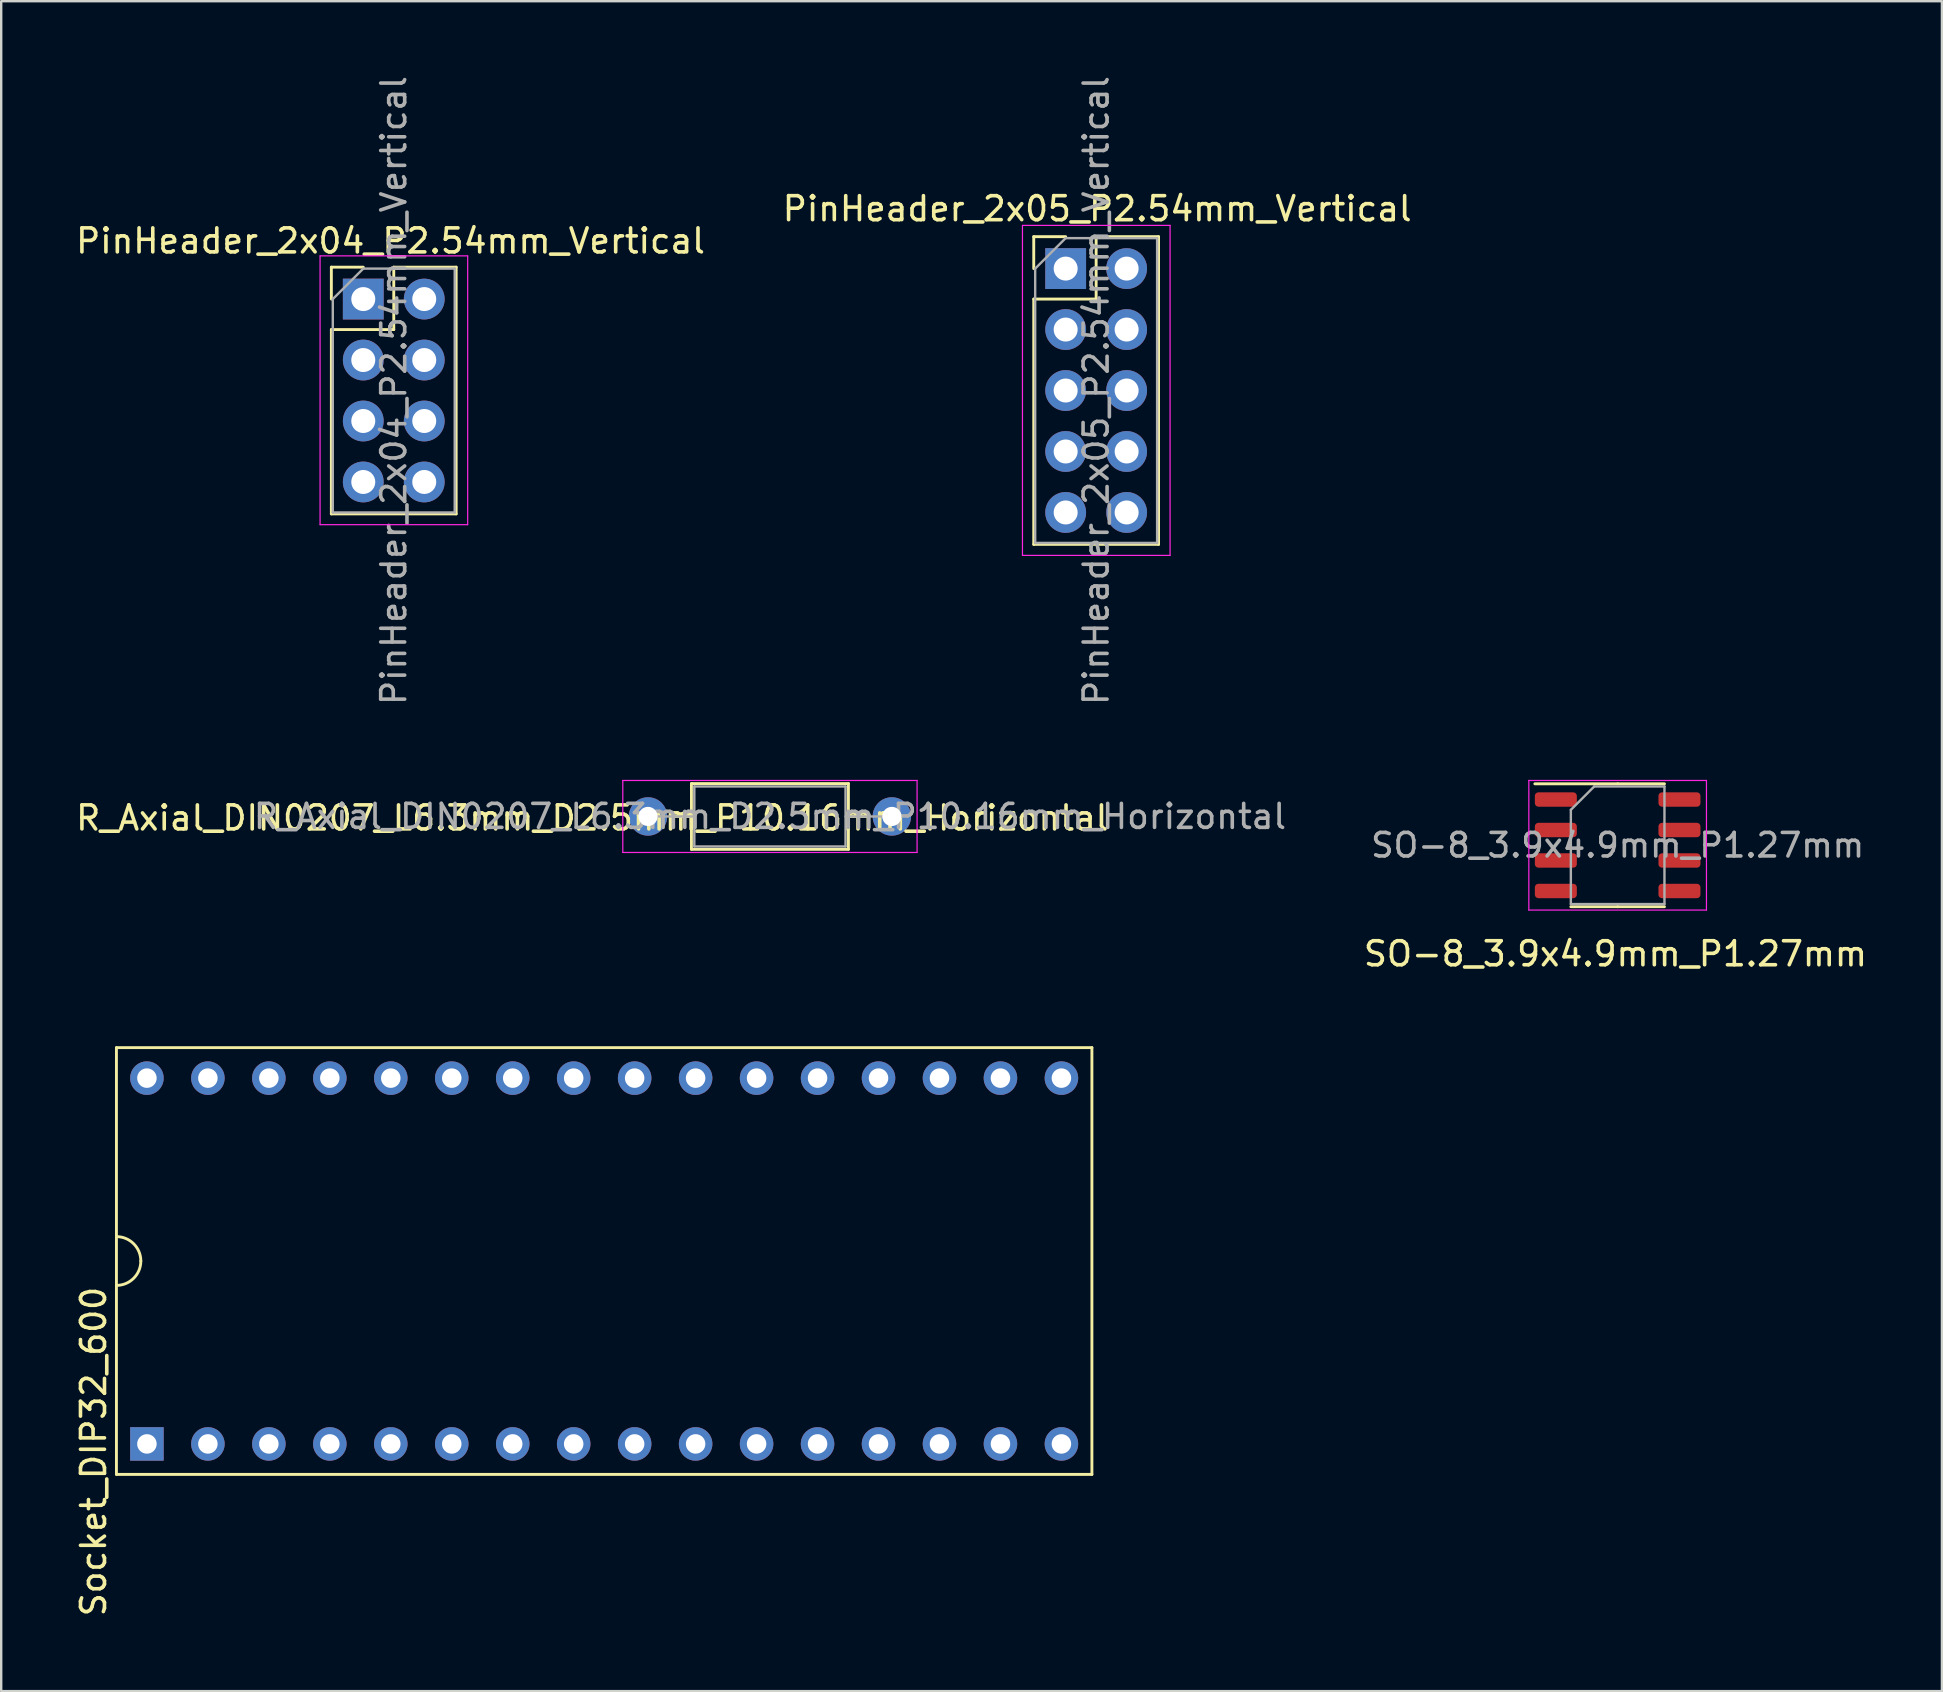
<source format=kicad_pcb>
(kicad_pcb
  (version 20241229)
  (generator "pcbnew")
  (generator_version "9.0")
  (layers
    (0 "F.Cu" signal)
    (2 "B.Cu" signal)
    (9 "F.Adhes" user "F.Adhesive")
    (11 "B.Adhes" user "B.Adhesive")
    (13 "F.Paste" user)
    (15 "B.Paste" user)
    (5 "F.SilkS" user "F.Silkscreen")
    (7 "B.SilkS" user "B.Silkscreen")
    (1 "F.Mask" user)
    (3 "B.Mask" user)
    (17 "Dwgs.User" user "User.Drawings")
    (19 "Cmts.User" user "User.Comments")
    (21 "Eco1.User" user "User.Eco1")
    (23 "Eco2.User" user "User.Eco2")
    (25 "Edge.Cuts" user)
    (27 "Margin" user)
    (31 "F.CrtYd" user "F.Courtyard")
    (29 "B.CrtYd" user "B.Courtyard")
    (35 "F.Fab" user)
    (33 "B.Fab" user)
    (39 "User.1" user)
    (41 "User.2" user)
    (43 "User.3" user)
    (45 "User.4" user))
  (footprint "R_Axial_DIN0207_L6.3mm_D2.5mm_P10.16mm_Horizontal"
    (layer "F.Cu")
    (at 23.947 30.965)
    (property "Reference" "R_Axial_DIN0207_L6.3mm_D2.5mm_P10.16mm_Horizontal" (at -2.322 0.064 0) (layer "F.SilkS") (effects (font (size 1 1) (thickness 0.15))))
    (attr through_hole)
    (fp_line (start 1.04 0) (end 1.81 0) (stroke (width 0.12) (type solid)) (layer "F.SilkS"))
    (fp_line (start 1.81 -1.37) (end 1.81 1.37) (stroke (width 0.12) (type solid)) (layer "F.SilkS"))
    (fp_line (start 1.81 1.37) (end 8.35 1.37) (stroke (width 0.12) (type solid)) (layer "F.SilkS"))
    (fp_line (start 8.35 -1.37) (end 1.81 -1.37) (stroke (width 0.12) (type solid)) (layer "F.SilkS"))
    (fp_line (start 8.35 1.37) (end 8.35 -1.37) (stroke (width 0.12) (type solid)) (layer "F.SilkS"))
    (fp_line (start 9.12 0) (end 8.35 0) (stroke (width 0.12) (type solid)) (layer "F.SilkS"))
    (fp_line (start -1.05 -1.5) (end -1.05 1.5) (stroke (width 0.05) (type solid)) (layer "F.CrtYd"))
    (fp_line (start -1.05 1.5) (end 11.21 1.5) (stroke (width 0.05) (type solid)) (layer "F.CrtYd"))
    (fp_line (start 11.21 -1.5) (end -1.05 -1.5) (stroke (width 0.05) (type solid)) (layer "F.CrtYd"))
    (fp_line (start 11.21 1.5) (end 11.21 -1.5) (stroke (width 0.05) (type solid)) (layer "F.CrtYd"))
    (fp_line (start 0 0) (end 1.93 0) (stroke (width 0.1) (type solid)) (layer "F.Fab"))
    (fp_line (start 1.93 -1.25) (end 1.93 1.25) (stroke (width 0.1) (type solid)) (layer "F.Fab"))
    (fp_line (start 1.93 1.25) (end 8.23 1.25) (stroke (width 0.1) (type solid)) (layer "F.Fab"))
    (fp_line (start 8.23 -1.25) (end 1.93 -1.25) (stroke (width 0.1) (type solid)) (layer "F.Fab"))
    (fp_line (start 8.23 1.25) (end 8.23 -1.25) (stroke (width 0.1) (type solid)) (layer "F.Fab"))
    (fp_line (start 10.16 0) (end 8.23 0) (stroke (width 0.1) (type solid)) (layer "F.Fab"))
    (fp_text user "${REFERENCE}" (at 5.08 0 0) (layer "F.Fab") (effects (font (size 1 1) (thickness 0.15))))
    (pad "1" thru_hole circle (at 0 0) (size 1.6 1.6) (drill 0.8) (layers "*.Cu" "*.Mask"))
    (pad "2" thru_hole oval (at 10.16 0) (size 1.6 1.6) (drill 0.8) (layers "*.Cu" "*.Mask")))
  (footprint "Socket_DIP32_600"
    (layer "F.Cu")
    (at 22.121 49.487)
    (property "Reference" "Socket_DIP32_600" (at -21.273 7.938 270) (layer "F.SilkS") (effects (font (size 1 1) (thickness 0.15))))
    (attr through_hole)
    (fp_line (start -20.32 -8.89) (end 20.32 -8.89) (stroke (width 0.12) (type solid)) (layer "F.SilkS"))
    (fp_line (start -20.32 8.89) (end -20.32 -8.89) (stroke (width 0.12) (type solid)) (layer "F.SilkS"))
    (fp_line (start 20.32 -8.89) (end 20.32 8.89) (stroke (width 0.12) (type solid)) (layer "F.SilkS"))
    (fp_line (start 20.32 8.89) (end -20.32 8.89) (stroke (width 0.12) (type solid)) (layer "F.SilkS"))
    (fp_arc (start -20.32 -1.016) (mid -19.60158 -0.71842) (end -19.304 0) (stroke (width 0.12) (type solid)) (layer "F.SilkS"))
    (fp_arc (start -19.304 0) (mid -19.60158 0.71842) (end -20.32 1.016) (stroke (width 0.12) (type solid)) (layer "F.SilkS"))
    (pad "1" thru_hole rect (at -19.05 7.62) (size 1.397 1.397) (drill 0.813) (layers "*.Cu" "*.Mask"))
    (pad "2" thru_hole circle (at -16.51 7.62) (size 1.397 1.397) (drill 0.813) (layers "*.Cu" "*.Mask"))
    (pad "3" thru_hole circle (at -13.97 7.62) (size 1.397 1.397) (drill 0.813) (layers "*.Cu" "*.Mask"))
    (pad "4" thru_hole circle (at -11.43 7.62) (size 1.397 1.397) (drill 0.813) (layers "*.Cu" "*.Mask"))
    (pad "5" thru_hole circle (at -8.89 7.62) (size 1.397 1.397) (drill 0.813) (layers "*.Cu" "*.Mask"))
    (pad "6" thru_hole circle (at -6.35 7.62) (size 1.397 1.397) (drill 0.813) (layers "*.Cu" "*.Mask"))
    (pad "7" thru_hole circle (at -3.81 7.62) (size 1.397 1.397) (drill 0.813) (layers "*.Cu" "*.Mask"))
    (pad "8" thru_hole circle (at -1.27 7.62) (size 1.397 1.397) (drill 0.813) (layers "*.Cu" "*.Mask"))
    (pad "9" thru_hole circle (at 1.27 7.62) (size 1.397 1.397) (drill 0.813) (layers "*.Cu" "*.Mask"))
    (pad "10" thru_hole circle (at 3.81 7.62) (size 1.397 1.397) (drill 0.813) (layers "*.Cu" "*.Mask"))
    (pad "11" thru_hole circle (at 6.35 7.62) (size 1.397 1.397) (drill 0.813) (layers "*.Cu" "*.Mask"))
    (pad "12" thru_hole circle (at 8.89 7.62) (size 1.397 1.397) (drill 0.813) (layers "*.Cu" "*.Mask"))
    (pad "13" thru_hole circle (at 11.43 7.62) (size 1.397 1.397) (drill 0.813) (layers "*.Cu" "*.Mask"))
    (pad "14" thru_hole circle (at 13.97 7.62) (size 1.397 1.397) (drill 0.813) (layers "*.Cu" "*.Mask"))
    (pad "15" thru_hole circle (at 16.51 7.62) (size 1.397 1.397) (drill 0.813) (layers "*.Cu" "*.Mask"))
    (pad "16" thru_hole circle (at 19.05 7.62) (size 1.397 1.397) (drill 0.813) (layers "*.Cu" "*.Mask"))
    (pad "17" thru_hole circle (at 19.05 -7.62) (size 1.397 1.397) (drill 0.813) (layers "*.Cu" "*.Mask"))
    (pad "18" thru_hole circle (at 16.51 -7.62) (size 1.397 1.397) (drill 0.813) (layers "*.Cu" "*.Mask"))
    (pad "19" thru_hole circle (at 13.97 -7.62) (size 1.397 1.397) (drill 0.813) (layers "*.Cu" "*.Mask"))
    (pad "20" thru_hole circle (at 11.43 -7.62) (size 1.397 1.397) (drill 0.813) (layers "*.Cu" "*.Mask"))
    (pad "21" thru_hole circle (at 8.89 -7.62) (size 1.397 1.397) (drill 0.813) (layers "*.Cu" "*.Mask"))
    (pad "22" thru_hole circle (at 6.35 -7.62) (size 1.397 1.397) (drill 0.813) (layers "*.Cu" "*.Mask"))
    (pad "23" thru_hole circle (at 3.81 -7.62) (size 1.397 1.397) (drill 0.813) (layers "*.Cu" "*.Mask"))
    (pad "24" thru_hole circle (at 1.27 -7.62) (size 1.397 1.397) (drill 0.813) (layers "*.Cu" "*.Mask"))
    (pad "25" thru_hole circle (at -1.27 -7.62) (size 1.397 1.397) (drill 0.813) (layers "*.Cu" "*.Mask"))
    (pad "26" thru_hole circle (at -3.81 -7.62) (size 1.397 1.397) (drill 0.813) (layers "*.Cu" "*.Mask"))
    (pad "27" thru_hole circle (at -6.35 -7.62) (size 1.397 1.397) (drill 0.813) (layers "*.Cu" "*.Mask"))
    (pad "28" thru_hole circle (at -8.89 -7.62) (size 1.397 1.397) (drill 0.813) (layers "*.Cu" "*.Mask"))
    (pad "29" thru_hole circle (at -11.43 -7.62) (size 1.397 1.397) (drill 0.813) (layers "*.Cu" "*.Mask"))
    (pad "30" thru_hole circle (at -13.97 -7.62) (size 1.397 1.397) (drill 0.813) (layers "*.Cu" "*.Mask"))
    (pad "31" thru_hole circle (at -16.51 -7.62) (size 1.397 1.397) (drill 0.813) (layers "*.Cu" "*.Mask"))
    (pad "32" thru_hole circle (at -19.05 -7.62) (size 1.397 1.397) (drill 0.813) (layers "*.Cu" "*.Mask")))
  (footprint "SO-8_3.9x4.9mm_P1.27mm"
    (layer "F.Cu")
    (at 64.345 32.165)
    (property "Reference" "SO-8_3.9x4.9mm_P1.27mm" (at -0.091 4.523 0) (layer "F.SilkS") (effects (font (size 1 1) (thickness 0.15))))
    (attr smd)
    (fp_line (start 0 -2.56) (end -3.45 -2.56) (stroke (width 0.12) (type solid)) (layer "F.SilkS"))
    (fp_line (start 0 -2.56) (end 1.95 -2.56) (stroke (width 0.12) (type solid)) (layer "F.SilkS"))
    (fp_line (start 0 2.56) (end -1.95 2.56) (stroke (width 0.12) (type solid)) (layer "F.SilkS"))
    (fp_line (start 0 2.56) (end 1.95 2.56) (stroke (width 0.12) (type solid)) (layer "F.SilkS"))
    (fp_line (start -3.7 -2.7) (end -3.7 2.7) (stroke (width 0.05) (type solid)) (layer "F.CrtYd"))
    (fp_line (start -3.7 2.7) (end 3.7 2.7) (stroke (width 0.05) (type solid)) (layer "F.CrtYd"))
    (fp_line (start 3.7 -2.7) (end -3.7 -2.7) (stroke (width 0.05) (type solid)) (layer "F.CrtYd"))
    (fp_line (start 3.7 2.7) (end 3.7 -2.7) (stroke (width 0.05) (type solid)) (layer "F.CrtYd"))
    (fp_line (start -1.95 -1.475) (end -0.975 -2.45) (stroke (width 0.1) (type solid)) (layer "F.Fab"))
    (fp_line (start -1.95 2.45) (end -1.95 -1.475) (stroke (width 0.1) (type solid)) (layer "F.Fab"))
    (fp_line (start -0.975 -2.45) (end 1.95 -2.45) (stroke (width 0.1) (type solid)) (layer "F.Fab"))
    (fp_line (start 1.95 -2.45) (end 1.95 2.45) (stroke (width 0.1) (type solid)) (layer "F.Fab"))
    (fp_line (start 1.95 2.45) (end -1.95 2.45) (stroke (width 0.1) (type solid)) (layer "F.Fab"))
    (fp_text user "${REFERENCE}" (at 0 0 0) (layer "F.Fab") (effects (font (size 0.98 0.98) (thickness 0.15))))
    (pad "1" smd roundrect (at -2.575 -1.905) (size 1.75 0.6) (layers "F.Cu" "F.Mask" "F.Paste") (roundrect_rratio 0.25))
    (pad "2" smd roundrect (at -2.575 -0.635) (size 1.75 0.6) (layers "F.Cu" "F.Mask" "F.Paste") (roundrect_rratio 0.25))
    (pad "3" smd roundrect (at -2.575 0.635) (size 1.75 0.6) (layers "F.Cu" "F.Mask" "F.Paste") (roundrect_rratio 0.25))
    (pad "4" smd roundrect (at -2.575 1.905) (size 1.75 0.6) (layers "F.Cu" "F.Mask" "F.Paste") (roundrect_rratio 0.25))
    (pad "5" smd roundrect (at 2.575 1.905) (size 1.75 0.6) (layers "F.Cu" "F.Mask" "F.Paste") (roundrect_rratio 0.25))
    (pad "6" smd roundrect (at 2.575 0.635) (size 1.75 0.6) (layers "F.Cu" "F.Mask" "F.Paste") (roundrect_rratio 0.25))
    (pad "7" smd roundrect (at 2.575 -0.635) (size 1.75 0.6) (layers "F.Cu" "F.Mask" "F.Paste") (roundrect_rratio 0.25))
    (pad "8" smd roundrect (at 2.575 -1.905) (size 1.75 0.6) (layers "F.Cu" "F.Mask" "F.Paste") (roundrect_rratio 0.25)))
  (footprint "PinHeader_2x04_P2.54mm_Vertical"
    (layer "F.Cu")
    (at 12.085 9.41)
    (property "Reference" "PinHeader_2x04_P2.54mm_Vertical" (at 1.135 -2.422 0) (layer "F.SilkS") (effects (font (size 1 1) (thickness 0.15))))
    (attr through_hole)
    (fp_line (start -1.33 -1.33) (end 0 -1.33) (stroke (width 0.12) (type solid)) (layer "F.SilkS"))
    (fp_line (start -1.33 0) (end -1.33 -1.33) (stroke (width 0.12) (type solid)) (layer "F.SilkS"))
    (fp_line (start -1.33 1.27) (end -1.33 8.95) (stroke (width 0.12) (type solid)) (layer "F.SilkS"))
    (fp_line (start -1.33 1.27) (end 1.27 1.27) (stroke (width 0.12) (type solid)) (layer "F.SilkS"))
    (fp_line (start -1.33 8.95) (end 3.87 8.95) (stroke (width 0.12) (type solid)) (layer "F.SilkS"))
    (fp_line (start 1.27 -1.33) (end 3.87 -1.33) (stroke (width 0.12) (type solid)) (layer "F.SilkS"))
    (fp_line (start 1.27 1.27) (end 1.27 -1.33) (stroke (width 0.12) (type solid)) (layer "F.SilkS"))
    (fp_line (start 3.87 -1.33) (end 3.87 8.95) (stroke (width 0.12) (type solid)) (layer "F.SilkS"))
    (fp_line (start -1.8 -1.8) (end -1.8 9.4) (stroke (width 0.05) (type solid)) (layer "F.CrtYd"))
    (fp_line (start -1.8 9.4) (end 4.35 9.4) (stroke (width 0.05) (type solid)) (layer "F.CrtYd"))
    (fp_line (start 4.35 -1.8) (end -1.8 -1.8) (stroke (width 0.05) (type solid)) (layer "F.CrtYd"))
    (fp_line (start 4.35 9.4) (end 4.35 -1.8) (stroke (width 0.05) (type solid)) (layer "F.CrtYd"))
    (fp_line (start -1.27 0) (end 0 -1.27) (stroke (width 0.1) (type solid)) (layer "F.Fab"))
    (fp_line (start -1.27 8.89) (end -1.27 0) (stroke (width 0.1) (type solid)) (layer "F.Fab"))
    (fp_line (start 0 -1.27) (end 3.81 -1.27) (stroke (width 0.1) (type solid)) (layer "F.Fab"))
    (fp_line (start 3.81 -1.27) (end 3.81 8.89) (stroke (width 0.1) (type solid)) (layer "F.Fab"))
    (fp_line (start 3.81 8.89) (end -1.27 8.89) (stroke (width 0.1) (type solid)) (layer "F.Fab"))
    (fp_text user "${REFERENCE}" (at 1.27 3.81 270) (layer "F.Fab") (effects (font (size 1 1) (thickness 0.15))))
    (pad "1" thru_hole rect (at 0 0) (size 1.7 1.7) (drill 1) (layers "*.Cu" "*.Mask"))
    (pad "2" thru_hole oval (at 2.54 0) (size 1.7 1.7) (drill 1) (layers "*.Cu" "*.Mask"))
    (pad "3" thru_hole oval (at 0 2.54) (size 1.7 1.7) (drill 1) (layers "*.Cu" "*.Mask"))
    (pad "4" thru_hole oval (at 2.54 2.54) (size 1.7 1.7) (drill 1) (layers "*.Cu" "*.Mask"))
    (pad "5" thru_hole oval (at 0 5.08) (size 1.7 1.7) (drill 1) (layers "*.Cu" "*.Mask"))
    (pad "6" thru_hole oval (at 2.54 5.08) (size 1.7 1.7) (drill 1) (layers "*.Cu" "*.Mask"))
    (pad "7" thru_hole oval (at 0 7.62) (size 1.7 1.7) (drill 1) (layers "*.Cu" "*.Mask"))
    (pad "8" thru_hole oval (at 2.54 7.62) (size 1.7 1.7) (drill 1) (layers "*.Cu" "*.Mask")))
  (footprint "PinHeader_2x05_P2.54mm_Vertical"
    (layer "F.Cu")
    (at 41.348 8.14)
    (property "Reference" "PinHeader_2x05_P2.54mm_Vertical" (at 1.313 -2.494 180) (layer "F.SilkS") (effects (font (size 1 1) (thickness 0.15))))
    (attr through_hole)
    (fp_line (start -1.33 -1.33) (end 0 -1.33) (stroke (width 0.12) (type solid)) (layer "F.SilkS"))
    (fp_line (start -1.33 0) (end -1.33 -1.33) (stroke (width 0.12) (type solid)) (layer "F.SilkS"))
    (fp_line (start -1.33 1.27) (end -1.33 11.49) (stroke (width 0.12) (type solid)) (layer "F.SilkS"))
    (fp_line (start -1.33 1.27) (end 1.27 1.27) (stroke (width 0.12) (type solid)) (layer "F.SilkS"))
    (fp_line (start -1.33 11.49) (end 3.87 11.49) (stroke (width 0.12) (type solid)) (layer "F.SilkS"))
    (fp_line (start 1.27 -1.33) (end 3.87 -1.33) (stroke (width 0.12) (type solid)) (layer "F.SilkS"))
    (fp_line (start 1.27 1.27) (end 1.27 -1.33) (stroke (width 0.12) (type solid)) (layer "F.SilkS"))
    (fp_line (start 3.87 -1.33) (end 3.87 11.49) (stroke (width 0.12) (type solid)) (layer "F.SilkS"))
    (fp_line (start -1.8 -1.8) (end -1.8 11.95) (stroke (width 0.05) (type solid)) (layer "F.CrtYd"))
    (fp_line (start -1.8 11.95) (end 4.35 11.95) (stroke (width 0.05) (type solid)) (layer "F.CrtYd"))
    (fp_line (start 4.35 -1.8) (end -1.8 -1.8) (stroke (width 0.05) (type solid)) (layer "F.CrtYd"))
    (fp_line (start 4.35 11.95) (end 4.35 -1.8) (stroke (width 0.05) (type solid)) (layer "F.CrtYd"))
    (fp_line (start -1.27 0) (end 0 -1.27) (stroke (width 0.1) (type solid)) (layer "F.Fab"))
    (fp_line (start -1.27 11.43) (end -1.27 0) (stroke (width 0.1) (type solid)) (layer "F.Fab"))
    (fp_line (start 0 -1.27) (end 3.81 -1.27) (stroke (width 0.1) (type solid)) (layer "F.Fab"))
    (fp_line (start 3.81 -1.27) (end 3.81 11.43) (stroke (width 0.1) (type solid)) (layer "F.Fab"))
    (fp_line (start 3.81 11.43) (end -1.27 11.43) (stroke (width 0.1) (type solid)) (layer "F.Fab"))
    (fp_text user "${REFERENCE}" (at 1.27 5.08 270) (layer "F.Fab") (effects (font (size 1 1) (thickness 0.15))))
    (pad "1" thru_hole rect (at 0 0) (size 1.7 1.7) (drill 1) (layers "*.Cu" "*.Mask"))
    (pad "2" thru_hole oval (at 2.54 0) (size 1.7 1.7) (drill 1) (layers "*.Cu" "*.Mask"))
    (pad "3" thru_hole oval (at 0 2.54) (size 1.7 1.7) (drill 1) (layers "*.Cu" "*.Mask"))
    (pad "4" thru_hole oval (at 2.54 2.54) (size 1.7 1.7) (drill 1) (layers "*.Cu" "*.Mask"))
    (pad "5" thru_hole oval (at 0 5.08) (size 1.7 1.7) (drill 1) (layers "*.Cu" "*.Mask"))
    (pad "6" thru_hole oval (at 2.54 5.08) (size 1.7 1.7) (drill 1) (layers "*.Cu" "*.Mask"))
    (pad "7" thru_hole oval (at 0 7.62) (size 1.7 1.7) (drill 1) (layers "*.Cu" "*.Mask"))
    (pad "8" thru_hole oval (at 2.54 7.62) (size 1.7 1.7) (drill 1) (layers "*.Cu" "*.Mask"))
    (pad "9" thru_hole oval (at 0 10.16) (size 1.7 1.7) (drill 1) (layers "*.Cu" "*.Mask"))
    (pad "10" thru_hole oval (at 2.54 10.16) (size 1.7 1.7) (drill 1) (layers "*.Cu" "*.Mask")))
  (gr_rect
    (start -3 -3)
    (end 77.855 67.406)
    (stroke (width 0.1) (type default))
    (fill no)
    (layer "Edge.Cuts")))
</source>
